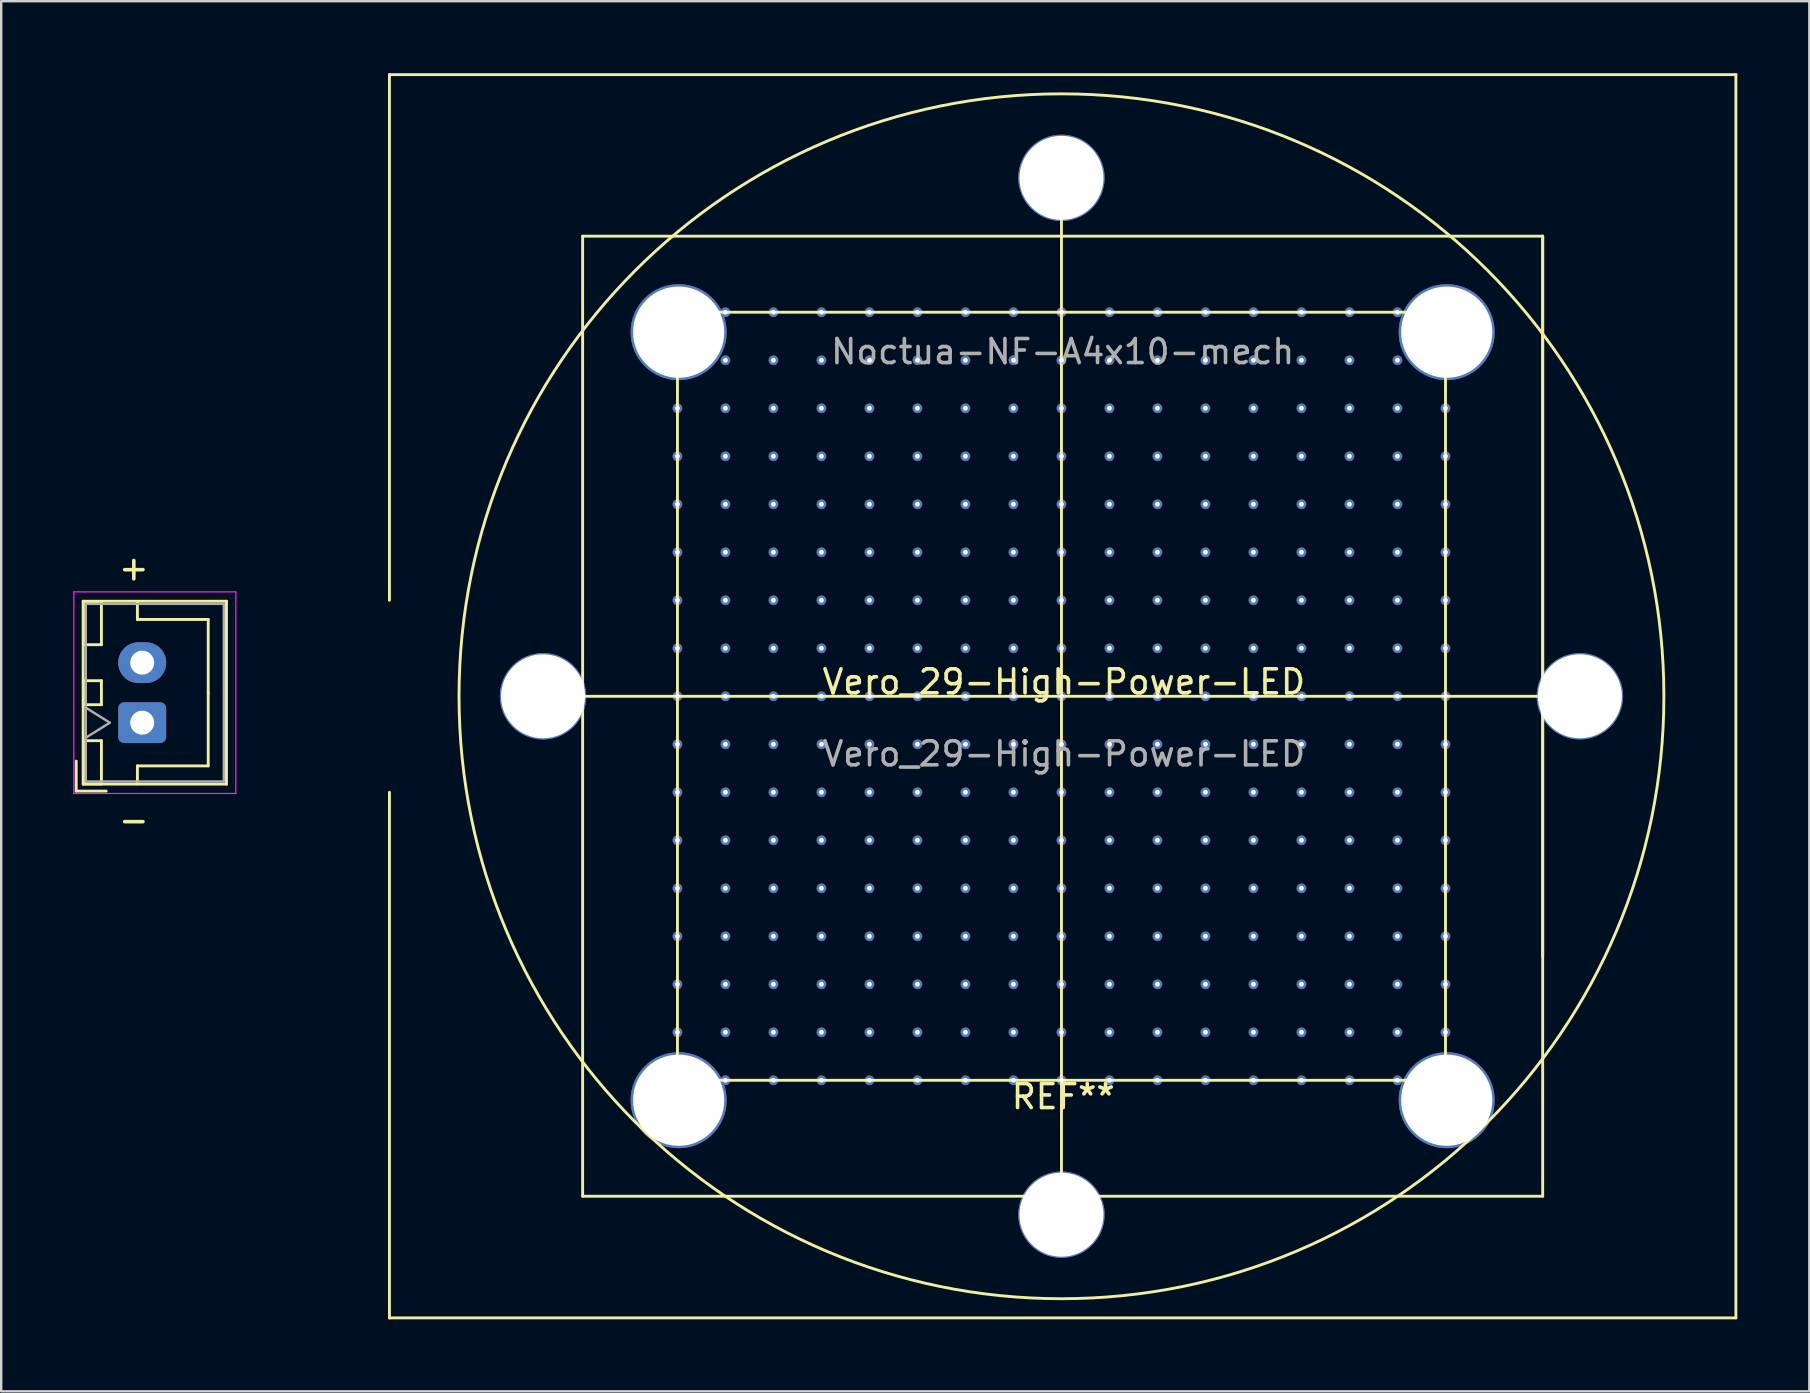
<source format=kicad_pcb>
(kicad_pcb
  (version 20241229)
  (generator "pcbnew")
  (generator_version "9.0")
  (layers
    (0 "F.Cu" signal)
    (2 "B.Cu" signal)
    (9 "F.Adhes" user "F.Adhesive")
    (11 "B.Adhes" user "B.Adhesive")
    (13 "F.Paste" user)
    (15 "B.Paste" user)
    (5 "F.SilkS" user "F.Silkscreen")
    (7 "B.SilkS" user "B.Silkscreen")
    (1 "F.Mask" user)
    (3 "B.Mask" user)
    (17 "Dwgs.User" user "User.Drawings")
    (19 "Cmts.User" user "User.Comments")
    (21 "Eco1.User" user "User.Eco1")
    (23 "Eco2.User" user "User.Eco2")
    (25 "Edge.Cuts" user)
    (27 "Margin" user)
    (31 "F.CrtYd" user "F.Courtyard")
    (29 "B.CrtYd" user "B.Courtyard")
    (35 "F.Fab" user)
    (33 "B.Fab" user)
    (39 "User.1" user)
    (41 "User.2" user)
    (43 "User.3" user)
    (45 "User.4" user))
  (footprint "Vero_29-High-Power-LED"
    (layer "F.Cu")
    (at 41.275 25.86)
    (property "Reference" "Vero_29-High-Power-LED" (at 0 -0.5 0) (unlocked yes) (layer "F.SilkS") (effects (font (size 1 1) (thickness 0.15))))
    (attr smd)
    (fp_line (start -41.15 2.8) (end -41.15 4.05) (stroke (width 0.12) (type solid)) (layer "F.SilkS"))
    (fp_line (start -41.15 4.05) (end -39.9 4.05) (stroke (width 0.12) (type solid)) (layer "F.SilkS"))
    (fp_line (start -40.86 -3.86) (end -40.86 3.76) (stroke (width 0.12) (type solid)) (layer "F.SilkS"))
    (fp_line (start -40.86 3.76) (end -34.89 3.76) (stroke (width 0.12) (type solid)) (layer "F.SilkS"))
    (fp_line (start -40.85 -3.85) (end -40.85 -2.05) (stroke (width 0.12) (type solid)) (layer "F.SilkS"))
    (fp_line (start -40.85 -2.05) (end -40.1 -2.05) (stroke (width 0.12) (type solid)) (layer "F.SilkS"))
    (fp_line (start -40.85 -0.55) (end -40.85 0.45) (stroke (width 0.12) (type solid)) (layer "F.SilkS"))
    (fp_line (start -40.85 0.45) (end -40.1 0.45) (stroke (width 0.12) (type solid)) (layer "F.SilkS"))
    (fp_line (start -40.85 1.95) (end -40.85 3.75) (stroke (width 0.12) (type solid)) (layer "F.SilkS"))
    (fp_line (start -40.85 3.75) (end -40.1 3.75) (stroke (width 0.12) (type solid)) (layer "F.SilkS"))
    (fp_line (start -40.1 -3.85) (end -40.85 -3.85) (stroke (width 0.12) (type solid)) (layer "F.SilkS"))
    (fp_line (start -40.1 -2.05) (end -40.1 -3.85) (stroke (width 0.12) (type solid)) (layer "F.SilkS"))
    (fp_line (start -40.1 -0.55) (end -40.85 -0.55) (stroke (width 0.12) (type solid)) (layer "F.SilkS"))
    (fp_line (start -40.1 0.45) (end -40.1 -0.55) (stroke (width 0.12) (type solid)) (layer "F.SilkS"))
    (fp_line (start -40.1 1.95) (end -40.85 1.95) (stroke (width 0.12) (type solid)) (layer "F.SilkS"))
    (fp_line (start -40.1 3.75) (end -40.1 1.95) (stroke (width 0.12) (type solid)) (layer "F.SilkS"))
    (fp_line (start -38.6 -3.85) (end -38.6 -3.1) (stroke (width 0.12) (type solid)) (layer "F.SilkS"))
    (fp_line (start -38.6 -3.1) (end -35.65 -3.1) (stroke (width 0.12) (type solid)) (layer "F.SilkS"))
    (fp_line (start -38.6 3) (end -35.65 3) (stroke (width 0.12) (type solid)) (layer "F.SilkS"))
    (fp_line (start -38.6 3.75) (end -38.6 3) (stroke (width 0.12) (type solid)) (layer "F.SilkS"))
    (fp_line (start -35.65 -3.1) (end -35.65 -0.05) (stroke (width 0.12) (type solid)) (layer "F.SilkS"))
    (fp_line (start -35.65 3) (end -35.65 -0.05) (stroke (width 0.12) (type solid)) (layer "F.SilkS"))
    (fp_line (start -34.89 -3.86) (end -40.86 -3.86) (stroke (width 0.12) (type solid)) (layer "F.SilkS"))
    (fp_line (start -34.89 3.76) (end -34.89 -3.86) (stroke (width 0.12) (type solid)) (layer "F.SilkS"))
    (fp_line (start -28.1 -25.8) (end 28 -25.8) (stroke (width 0.12) (type solid)) (layer "F.SilkS"))
    (fp_line (start -28.1 -3.9) (end -28.1 -25.8) (stroke (width 0.12) (type solid)) (layer "F.SilkS"))
    (fp_line (start -28.1 26) (end -28.1 4.1) (stroke (width 0.12) (type solid)) (layer "F.SilkS"))
    (fp_line (start -21.6 0.1) (end 21.4 0.1) (stroke (width 0.12) (type solid)) (layer "F.SilkS"))
    (fp_line (start -20.05 -19.07) (end -20.05 20.93) (stroke (width 0.12) (type solid)) (layer "F.SilkS"))
    (fp_line (start -20.05 -19.07) (end 19.95 -19.07) (stroke (width 0.12) (type solid)) (layer "F.SilkS"))
    (fp_line (start -20.05 20.93) (end 19.95 20.93) (stroke (width 0.12) (type solid)) (layer "F.SilkS"))
    (fp_line (start -16.1 -15.9) (end -16.1 16.1) (stroke (width 0.12) (type solid)) (layer "F.SilkS"))
    (fp_line (start -16.1 -15.9) (end 15.9 -15.9) (stroke (width 0.12) (type solid)) (layer "F.SilkS"))
    (fp_line (start -16.1 16.1) (end 15.9 16.1) (stroke (width 0.12) (type solid)) (layer "F.SilkS"))
    (fp_line (start -0.1 21.6) (end -0.1 -21.4) (stroke (width 0.12) (type solid)) (layer "F.SilkS"))
    (fp_line (start 15.9 16.1) (end 15.9 -15.9) (stroke (width 0.12) (type solid)) (layer "F.SilkS"))
    (fp_line (start 19.95 -19.07) (end 19.95 20.93) (stroke (width 0.12) (type solid)) (layer "F.SilkS"))
    (fp_line (start 19.95 10.93) (end 19.95 -19.07) (stroke (width 0.12) (type solid)) (layer "F.SilkS"))
    (fp_line (start 28 -25.8) (end 28 26) (stroke (width 0.12) (type solid)) (layer "F.SilkS"))
    (fp_line (start 28 26) (end -28.1 26) (stroke (width 0.12) (type solid)) (layer "F.SilkS"))
    (fp_circle (center -0.1 0.1) (end 25 0.1) (stroke (width 0.12) (type solid)) (fill no) (layer "F.SilkS"))
    (fp_line (start -41.25 -4.25) (end -41.25 4.15) (stroke (width 0.05) (type solid)) (layer "F.CrtYd"))
    (fp_line (start -41.25 4.15) (end -34.5 4.15) (stroke (width 0.05) (type solid)) (layer "F.CrtYd"))
    (fp_line (start -34.5 -4.25) (end -41.25 -4.25) (stroke (width 0.05) (type solid)) (layer "F.CrtYd"))
    (fp_line (start -34.5 4.15) (end -34.5 -4.25) (stroke (width 0.05) (type solid)) (layer "F.CrtYd"))
    (fp_line (start -40.75 -3.75) (end -40.75 3.65) (stroke (width 0.1) (type solid)) (layer "F.Fab"))
    (fp_line (start -40.75 1.825) (end -39.75 1.2) (stroke (width 0.1) (type solid)) (layer "F.Fab"))
    (fp_line (start -40.75 3.65) (end -35 3.65) (stroke (width 0.1) (type solid)) (layer "F.Fab"))
    (fp_line (start -39.75 1.2) (end -40.75 0.575) (stroke (width 0.1) (type solid)) (layer "F.Fab"))
    (fp_line (start -35 -3.75) (end -40.75 -3.75) (stroke (width 0.1) (type solid)) (layer "F.Fab"))
    (fp_line (start -35 3.65) (end -35 -3.75) (stroke (width 0.1) (type solid)) (layer "F.Fab"))
    (fp_text user "-" (at -38.75 5.25 0) (unlocked yes) (layer "F.SilkS") (effects (font (size 1 1) (thickness 0.15))))
    (fp_text user "+" (at -38.75 -5.25 0) (unlocked yes) (layer "F.SilkS") (effects (font (size 1 1) (thickness 0.15))))
    (fp_text user "REF**" (at -0.025 16.78 0) (layer "F.SilkS") (effects (font (size 1 1) (thickness 0.15))))
    (fp_text user "Noctua-NF-A4x10-mech" (at -0.05 -14.259 0) (layer "F.Fab") (effects (font (size 1 1) (thickness 0.15))))
    (fp_text user "${REFERENCE}" (at 0 2.5 0) (unlocked yes) (layer "F.Fab") (effects (font (size 1 1) (thickness 0.15))))
    (pad "0" thru_hole circle (at -21.7 0.1) (size 3.6 3.6) (drill 3.5) (layers "*.Cu" "*.Mask"))
    (pad "0" thru_hole circle (at -16.1 -15.9) (size 0.4 0.4) (drill 0.2) (layers "*.Cu" "*.Mask"))
    (pad "0" thru_hole circle (at -16.1 -13.9) (size 0.4 0.4) (drill 0.2) (layers "*.Cu" "*.Mask"))
    (pad "0" thru_hole circle (at -16.1 -11.9) (size 0.4 0.4) (drill 0.2) (layers "*.Cu" "*.Mask"))
    (pad "0" thru_hole circle (at -16.1 -9.9) (size 0.4 0.4) (drill 0.2) (layers "*.Cu" "*.Mask"))
    (pad "0" thru_hole circle (at -16.1 -7.9) (size 0.4 0.4) (drill 0.2) (layers "*.Cu" "*.Mask"))
    (pad "0" thru_hole circle (at -16.1 -5.9) (size 0.4 0.4) (drill 0.2) (layers "*.Cu" "*.Mask"))
    (pad "0" thru_hole circle (at -16.1 -3.9) (size 0.4 0.4) (drill 0.2) (layers "*.Cu" "*.Mask"))
    (pad "0" thru_hole circle (at -16.1 -1.9) (size 0.4 0.4) (drill 0.2) (layers "*.Cu" "*.Mask"))
    (pad "0" thru_hole circle (at -16.1 0.1) (size 0.4 0.4) (drill 0.2) (layers "*.Cu" "*.Mask"))
    (pad "0" thru_hole circle (at -16.1 2.1) (size 0.4 0.4) (drill 0.2) (layers "*.Cu" "*.Mask"))
    (pad "0" thru_hole circle (at -16.1 4.1) (size 0.4 0.4) (drill 0.2) (layers "*.Cu" "*.Mask"))
    (pad "0" thru_hole circle (at -16.1 6.1) (size 0.4 0.4) (drill 0.2) (layers "*.Cu" "*.Mask"))
    (pad "0" thru_hole circle (at -16.1 8.1) (size 0.4 0.4) (drill 0.2) (layers "*.Cu" "*.Mask"))
    (pad "0" thru_hole circle (at -16.1 10.1) (size 0.4 0.4) (drill 0.2) (layers "*.Cu" "*.Mask"))
    (pad "0" thru_hole circle (at -16.1 12.1) (size 0.4 0.4) (drill 0.2) (layers "*.Cu" "*.Mask"))
    (pad "0" thru_hole circle (at -16.1 14.1) (size 0.4 0.4) (drill 0.2) (layers "*.Cu" "*.Mask"))
    (pad "0" thru_hole circle (at -16.1 16.1) (size 0.4 0.4) (drill 0.2) (layers "*.Cu" "*.Mask"))
    (pad "0" thru_hole circle (at -16.05 -15.07) (size 4 4) (drill 3.8) (layers "*.Cu" "*.Mask"))
    (pad "0" thru_hole circle (at -16.05 16.93) (size 4 4) (drill 3.8) (layers "*.Cu" "*.Mask"))
    (pad "0" thru_hole circle (at -14.1 -15.9) (size 0.4 0.4) (drill 0.2) (layers "*.Cu" "*.Mask"))
    (pad "0" thru_hole circle (at -14.1 -13.9) (size 0.4 0.4) (drill 0.2) (layers "*.Cu" "*.Mask"))
    (pad "0" thru_hole circle (at -14.1 -11.9) (size 0.4 0.4) (drill 0.2) (layers "*.Cu" "*.Mask"))
    (pad "0" thru_hole circle (at -14.1 -9.9) (size 0.4 0.4) (drill 0.2) (layers "*.Cu" "*.Mask"))
    (pad "0" thru_hole circle (at -14.1 -7.9) (size 0.4 0.4) (drill 0.2) (layers "*.Cu" "*.Mask"))
    (pad "0" thru_hole circle (at -14.1 -5.9) (size 0.4 0.4) (drill 0.2) (layers "*.Cu" "*.Mask"))
    (pad "0" thru_hole circle (at -14.1 -3.9) (size 0.4 0.4) (drill 0.2) (layers "*.Cu" "*.Mask"))
    (pad "0" thru_hole circle (at -14.1 -1.9) (size 0.4 0.4) (drill 0.2) (layers "*.Cu" "*.Mask"))
    (pad "0" thru_hole circle (at -14.1 0.1) (size 0.4 0.4) (drill 0.2) (layers "*.Cu" "*.Mask"))
    (pad "0" thru_hole circle (at -14.1 2.1) (size 0.4 0.4) (drill 0.2) (layers "*.Cu" "*.Mask"))
    (pad "0" thru_hole circle (at -14.1 4.1) (size 0.4 0.4) (drill 0.2) (layers "*.Cu" "*.Mask"))
    (pad "0" thru_hole circle (at -14.1 6.1) (size 0.4 0.4) (drill 0.2) (layers "*.Cu" "*.Mask"))
    (pad "0" thru_hole circle (at -14.1 8.1) (size 0.4 0.4) (drill 0.2) (layers "*.Cu" "*.Mask"))
    (pad "0" thru_hole circle (at -14.1 10.1) (size 0.4 0.4) (drill 0.2) (layers "*.Cu" "*.Mask"))
    (pad "0" thru_hole circle (at -14.1 12.1) (size 0.4 0.4) (drill 0.2) (layers "*.Cu" "*.Mask"))
    (pad "0" thru_hole circle (at -14.1 14.1) (size 0.4 0.4) (drill 0.2) (layers "*.Cu" "*.Mask"))
    (pad "0" thru_hole circle (at -14.1 16.1) (size 0.4 0.4) (drill 0.2) (layers "*.Cu" "*.Mask"))
    (pad "0" thru_hole circle (at -12.1 -15.9) (size 0.4 0.4) (drill 0.2) (layers "*.Cu" "*.Mask"))
    (pad "0" thru_hole circle (at -12.1 -13.9) (size 0.4 0.4) (drill 0.2) (layers "*.Cu" "*.Mask"))
    (pad "0" thru_hole circle (at -12.1 -11.9) (size 0.4 0.4) (drill 0.2) (layers "*.Cu" "*.Mask"))
    (pad "0" thru_hole circle (at -12.1 -9.9) (size 0.4 0.4) (drill 0.2) (layers "*.Cu" "*.Mask"))
    (pad "0" thru_hole circle (at -12.1 -7.9) (size 0.4 0.4) (drill 0.2) (layers "*.Cu" "*.Mask"))
    (pad "0" thru_hole circle (at -12.1 -5.9) (size 0.4 0.4) (drill 0.2) (layers "*.Cu" "*.Mask"))
    (pad "0" thru_hole circle (at -12.1 -3.9) (size 0.4 0.4) (drill 0.2) (layers "*.Cu" "*.Mask"))
    (pad "0" thru_hole circle (at -12.1 -1.9) (size 0.4 0.4) (drill 0.2) (layers "*.Cu" "*.Mask"))
    (pad "0" thru_hole circle (at -12.1 0.1) (size 0.4 0.4) (drill 0.2) (layers "*.Cu" "*.Mask"))
    (pad "0" thru_hole circle (at -12.1 2.1) (size 0.4 0.4) (drill 0.2) (layers "*.Cu" "*.Mask"))
    (pad "0" thru_hole circle (at -12.1 4.1) (size 0.4 0.4) (drill 0.2) (layers "*.Cu" "*.Mask"))
    (pad "0" thru_hole circle (at -12.1 6.1) (size 0.4 0.4) (drill 0.2) (layers "*.Cu" "*.Mask"))
    (pad "0" thru_hole circle (at -12.1 8.1) (size 0.4 0.4) (drill 0.2) (layers "*.Cu" "*.Mask"))
    (pad "0" thru_hole circle (at -12.1 10.1) (size 0.4 0.4) (drill 0.2) (layers "*.Cu" "*.Mask"))
    (pad "0" thru_hole circle (at -12.1 12.1) (size 0.4 0.4) (drill 0.2) (layers "*.Cu" "*.Mask"))
    (pad "0" thru_hole circle (at -12.1 14.1) (size 0.4 0.4) (drill 0.2) (layers "*.Cu" "*.Mask"))
    (pad "0" thru_hole circle (at -12.1 16.1) (size 0.4 0.4) (drill 0.2) (layers "*.Cu" "*.Mask"))
    (pad "0" thru_hole circle (at -10.1 -15.9) (size 0.4 0.4) (drill 0.2) (layers "*.Cu" "*.Mask"))
    (pad "0" thru_hole circle (at -10.1 -13.9) (size 0.4 0.4) (drill 0.2) (layers "*.Cu" "*.Mask"))
    (pad "0" thru_hole circle (at -10.1 -11.9) (size 0.4 0.4) (drill 0.2) (layers "*.Cu" "*.Mask"))
    (pad "0" thru_hole circle (at -10.1 -9.9) (size 0.4 0.4) (drill 0.2) (layers "*.Cu" "*.Mask"))
    (pad "0" thru_hole circle (at -10.1 -7.9) (size 0.4 0.4) (drill 0.2) (layers "*.Cu" "*.Mask"))
    (pad "0" thru_hole circle (at -10.1 -5.9) (size 0.4 0.4) (drill 0.2) (layers "*.Cu" "*.Mask"))
    (pad "0" thru_hole circle (at -10.1 -3.9) (size 0.4 0.4) (drill 0.2) (layers "*.Cu" "*.Mask"))
    (pad "0" thru_hole circle (at -10.1 -1.9) (size 0.4 0.4) (drill 0.2) (layers "*.Cu" "*.Mask"))
    (pad "0" thru_hole circle (at -10.1 0.1) (size 0.4 0.4) (drill 0.2) (layers "*.Cu" "*.Mask"))
    (pad "0" thru_hole circle (at -10.1 2.1) (size 0.4 0.4) (drill 0.2) (layers "*.Cu" "*.Mask"))
    (pad "0" thru_hole circle (at -10.1 4.1) (size 0.4 0.4) (drill 0.2) (layers "*.Cu" "*.Mask"))
    (pad "0" thru_hole circle (at -10.1 6.1) (size 0.4 0.4) (drill 0.2) (layers "*.Cu" "*.Mask"))
    (pad "0" thru_hole circle (at -10.1 8.1) (size 0.4 0.4) (drill 0.2) (layers "*.Cu" "*.Mask"))
    (pad "0" thru_hole circle (at -10.1 10.1) (size 0.4 0.4) (drill 0.2) (layers "*.Cu" "*.Mask"))
    (pad "0" thru_hole circle (at -10.1 12.1) (size 0.4 0.4) (drill 0.2) (layers "*.Cu" "*.Mask"))
    (pad "0" thru_hole circle (at -10.1 14.1) (size 0.4 0.4) (drill 0.2) (layers "*.Cu" "*.Mask"))
    (pad "0" thru_hole circle (at -10.1 16.1) (size 0.4 0.4) (drill 0.2) (layers "*.Cu" "*.Mask"))
    (pad "0" thru_hole circle (at -8.1 -15.9) (size 0.4 0.4) (drill 0.2) (layers "*.Cu" "*.Mask"))
    (pad "0" thru_hole circle (at -8.1 -13.9) (size 0.4 0.4) (drill 0.2) (layers "*.Cu" "*.Mask"))
    (pad "0" thru_hole circle (at -8.1 -11.9) (size 0.4 0.4) (drill 0.2) (layers "*.Cu" "*.Mask"))
    (pad "0" thru_hole circle (at -8.1 -9.9) (size 0.4 0.4) (drill 0.2) (layers "*.Cu" "*.Mask"))
    (pad "0" thru_hole circle (at -8.1 -7.9) (size 0.4 0.4) (drill 0.2) (layers "*.Cu" "*.Mask"))
    (pad "0" thru_hole circle (at -8.1 -5.9) (size 0.4 0.4) (drill 0.2) (layers "*.Cu" "*.Mask"))
    (pad "0" thru_hole circle (at -8.1 -3.9) (size 0.4 0.4) (drill 0.2) (layers "*.Cu" "*.Mask"))
    (pad "0" thru_hole circle (at -8.1 -1.9) (size 0.4 0.4) (drill 0.2) (layers "*.Cu" "*.Mask"))
    (pad "0" thru_hole circle (at -8.1 0.1) (size 0.4 0.4) (drill 0.2) (layers "*.Cu" "*.Mask"))
    (pad "0" thru_hole circle (at -8.1 2.1) (size 0.4 0.4) (drill 0.2) (layers "*.Cu" "*.Mask"))
    (pad "0" thru_hole circle (at -8.1 4.1) (size 0.4 0.4) (drill 0.2) (layers "*.Cu" "*.Mask"))
    (pad "0" thru_hole circle (at -8.1 6.1) (size 0.4 0.4) (drill 0.2) (layers "*.Cu" "*.Mask"))
    (pad "0" thru_hole circle (at -8.1 8.1) (size 0.4 0.4) (drill 0.2) (layers "*.Cu" "*.Mask"))
    (pad "0" thru_hole circle (at -8.1 10.1) (size 0.4 0.4) (drill 0.2) (layers "*.Cu" "*.Mask"))
    (pad "0" thru_hole circle (at -8.1 12.1) (size 0.4 0.4) (drill 0.2) (layers "*.Cu" "*.Mask"))
    (pad "0" thru_hole circle (at -8.1 14.1) (size 0.4 0.4) (drill 0.2) (layers "*.Cu" "*.Mask"))
    (pad "0" thru_hole circle (at -8.1 16.1) (size 0.4 0.4) (drill 0.2) (layers "*.Cu" "*.Mask"))
    (pad "0" thru_hole circle (at -6.1 -15.9) (size 0.4 0.4) (drill 0.2) (layers "*.Cu" "*.Mask"))
    (pad "0" thru_hole circle (at -6.1 -13.9) (size 0.4 0.4) (drill 0.2) (layers "*.Cu" "*.Mask"))
    (pad "0" thru_hole circle (at -6.1 -11.9) (size 0.4 0.4) (drill 0.2) (layers "*.Cu" "*.Mask"))
    (pad "0" thru_hole circle (at -6.1 -9.9) (size 0.4 0.4) (drill 0.2) (layers "*.Cu" "*.Mask"))
    (pad "0" thru_hole circle (at -6.1 -7.9) (size 0.4 0.4) (drill 0.2) (layers "*.Cu" "*.Mask"))
    (pad "0" thru_hole circle (at -6.1 -5.9) (size 0.4 0.4) (drill 0.2) (layers "*.Cu" "*.Mask"))
    (pad "0" thru_hole circle (at -6.1 -3.9) (size 0.4 0.4) (drill 0.2) (layers "*.Cu" "*.Mask"))
    (pad "0" thru_hole circle (at -6.1 -1.9) (size 0.4 0.4) (drill 0.2) (layers "*.Cu" "*.Mask"))
    (pad "0" thru_hole circle (at -6.1 0.1) (size 0.4 0.4) (drill 0.2) (layers "*.Cu" "*.Mask"))
    (pad "0" thru_hole circle (at -6.1 2.1) (size 0.4 0.4) (drill 0.2) (layers "*.Cu" "*.Mask"))
    (pad "0" thru_hole circle (at -6.1 4.1) (size 0.4 0.4) (drill 0.2) (layers "*.Cu" "*.Mask"))
    (pad "0" thru_hole circle (at -6.1 6.1) (size 0.4 0.4) (drill 0.2) (layers "*.Cu" "*.Mask"))
    (pad "0" thru_hole circle (at -6.1 8.1) (size 0.4 0.4) (drill 0.2) (layers "*.Cu" "*.Mask"))
    (pad "0" thru_hole circle (at -6.1 10.1) (size 0.4 0.4) (drill 0.2) (layers "*.Cu" "*.Mask"))
    (pad "0" thru_hole circle (at -6.1 12.1) (size 0.4 0.4) (drill 0.2) (layers "*.Cu" "*.Mask"))
    (pad "0" thru_hole circle (at -6.1 14.1) (size 0.4 0.4) (drill 0.2) (layers "*.Cu" "*.Mask"))
    (pad "0" thru_hole circle (at -6.1 16.1) (size 0.4 0.4) (drill 0.2) (layers "*.Cu" "*.Mask"))
    (pad "0" thru_hole circle (at -4.1 -15.9) (size 0.4 0.4) (drill 0.2) (layers "*.Cu" "*.Mask"))
    (pad "0" thru_hole circle (at -4.1 -13.9) (size 0.4 0.4) (drill 0.2) (layers "*.Cu" "*.Mask"))
    (pad "0" thru_hole circle (at -4.1 -11.9) (size 0.4 0.4) (drill 0.2) (layers "*.Cu" "*.Mask"))
    (pad "0" thru_hole circle (at -4.1 -9.9) (size 0.4 0.4) (drill 0.2) (layers "*.Cu" "*.Mask"))
    (pad "0" thru_hole circle (at -4.1 -7.9) (size 0.4 0.4) (drill 0.2) (layers "*.Cu" "*.Mask"))
    (pad "0" thru_hole circle (at -4.1 -5.9) (size 0.4 0.4) (drill 0.2) (layers "*.Cu" "*.Mask"))
    (pad "0" thru_hole circle (at -4.1 -3.9) (size 0.4 0.4) (drill 0.2) (layers "*.Cu" "*.Mask"))
    (pad "0" thru_hole circle (at -4.1 -1.9) (size 0.4 0.4) (drill 0.2) (layers "*.Cu" "*.Mask"))
    (pad "0" thru_hole circle (at -4.1 0.1) (size 0.4 0.4) (drill 0.2) (layers "*.Cu" "*.Mask"))
    (pad "0" thru_hole circle (at -4.1 2.1) (size 0.4 0.4) (drill 0.2) (layers "*.Cu" "*.Mask"))
    (pad "0" thru_hole circle (at -4.1 4.1) (size 0.4 0.4) (drill 0.2) (layers "*.Cu" "*.Mask"))
    (pad "0" thru_hole circle (at -4.1 6.1) (size 0.4 0.4) (drill 0.2) (layers "*.Cu" "*.Mask"))
    (pad "0" thru_hole circle (at -4.1 8.1) (size 0.4 0.4) (drill 0.2) (layers "*.Cu" "*.Mask"))
    (pad "0" thru_hole circle (at -4.1 10.1) (size 0.4 0.4) (drill 0.2) (layers "*.Cu" "*.Mask"))
    (pad "0" thru_hole circle (at -4.1 12.1) (size 0.4 0.4) (drill 0.2) (layers "*.Cu" "*.Mask"))
    (pad "0" thru_hole circle (at -4.1 14.1) (size 0.4 0.4) (drill 0.2) (layers "*.Cu" "*.Mask"))
    (pad "0" thru_hole circle (at -4.1 16.1) (size 0.4 0.4) (drill 0.2) (layers "*.Cu" "*.Mask"))
    (pad "0" thru_hole circle (at -2.1 -15.9) (size 0.4 0.4) (drill 0.2) (layers "*.Cu" "*.Mask"))
    (pad "0" thru_hole circle (at -2.1 -13.9) (size 0.4 0.4) (drill 0.2) (layers "*.Cu" "*.Mask"))
    (pad "0" thru_hole circle (at -2.1 -11.9) (size 0.4 0.4) (drill 0.2) (layers "*.Cu" "*.Mask"))
    (pad "0" thru_hole circle (at -2.1 -9.9) (size 0.4 0.4) (drill 0.2) (layers "*.Cu" "*.Mask"))
    (pad "0" thru_hole circle (at -2.1 -7.9) (size 0.4 0.4) (drill 0.2) (layers "*.Cu" "*.Mask"))
    (pad "0" thru_hole circle (at -2.1 -5.9) (size 0.4 0.4) (drill 0.2) (layers "*.Cu" "*.Mask"))
    (pad "0" thru_hole circle (at -2.1 -3.9) (size 0.4 0.4) (drill 0.2) (layers "*.Cu" "*.Mask"))
    (pad "0" thru_hole circle (at -2.1 -1.9) (size 0.4 0.4) (drill 0.2) (layers "*.Cu" "*.Mask"))
    (pad "0" thru_hole circle (at -2.1 0.1) (size 0.4 0.4) (drill 0.2) (layers "*.Cu" "*.Mask"))
    (pad "0" thru_hole circle (at -2.1 2.1) (size 0.4 0.4) (drill 0.2) (layers "*.Cu" "*.Mask"))
    (pad "0" thru_hole circle (at -2.1 4.1) (size 0.4 0.4) (drill 0.2) (layers "*.Cu" "*.Mask"))
    (pad "0" thru_hole circle (at -2.1 6.1) (size 0.4 0.4) (drill 0.2) (layers "*.Cu" "*.Mask"))
    (pad "0" thru_hole circle (at -2.1 8.1) (size 0.4 0.4) (drill 0.2) (layers "*.Cu" "*.Mask"))
    (pad "0" thru_hole circle (at -2.1 10.1) (size 0.4 0.4) (drill 0.2) (layers "*.Cu" "*.Mask"))
    (pad "0" thru_hole circle (at -2.1 12.1) (size 0.4 0.4) (drill 0.2) (layers "*.Cu" "*.Mask"))
    (pad "0" thru_hole circle (at -2.1 14.1) (size 0.4 0.4) (drill 0.2) (layers "*.Cu" "*.Mask"))
    (pad "0" thru_hole circle (at -2.1 16.1) (size 0.4 0.4) (drill 0.2) (layers "*.Cu" "*.Mask"))
    (pad "0" thru_hole circle (at -0.1 -21.5) (size 3.6 3.6) (drill 3.5) (layers "*.Cu" "*.Mask"))
    (pad "0" thru_hole circle (at -0.1 -15.9) (size 0.4 0.4) (drill 0.2) (layers "*.Cu" "*.Mask"))
    (pad "0" thru_hole circle (at -0.1 -13.9) (size 0.4 0.4) (drill 0.2) (layers "*.Cu" "*.Mask"))
    (pad "0" thru_hole circle (at -0.1 -11.9) (size 0.4 0.4) (drill 0.2) (layers "*.Cu" "*.Mask"))
    (pad "0" thru_hole circle (at -0.1 -9.9) (size 0.4 0.4) (drill 0.2) (layers "*.Cu" "*.Mask"))
    (pad "0" thru_hole circle (at -0.1 -7.9) (size 0.4 0.4) (drill 0.2) (layers "*.Cu" "*.Mask"))
    (pad "0" thru_hole circle (at -0.1 -5.9) (size 0.4 0.4) (drill 0.2) (layers "*.Cu" "*.Mask"))
    (pad "0" thru_hole circle (at -0.1 -3.9) (size 0.4 0.4) (drill 0.2) (layers "*.Cu" "*.Mask"))
    (pad "0" thru_hole circle (at -0.1 -1.9) (size 0.4 0.4) (drill 0.2) (layers "*.Cu" "*.Mask"))
    (pad "0" thru_hole circle (at -0.1 0.1) (size 0.4 0.4) (drill 0.2) (layers "*.Cu" "*.Mask"))
    (pad "0" thru_hole circle (at -0.1 2.1) (size 0.4 0.4) (drill 0.2) (layers "*.Cu" "*.Mask"))
    (pad "0" thru_hole circle (at -0.1 4.1) (size 0.4 0.4) (drill 0.2) (layers "*.Cu" "*.Mask"))
    (pad "0" thru_hole circle (at -0.1 6.1) (size 0.4 0.4) (drill 0.2) (layers "*.Cu" "*.Mask"))
    (pad "0" thru_hole circle (at -0.1 8.1) (size 0.4 0.4) (drill 0.2) (layers "*.Cu" "*.Mask"))
    (pad "0" thru_hole circle (at -0.1 10.1) (size 0.4 0.4) (drill 0.2) (layers "*.Cu" "*.Mask"))
    (pad "0" thru_hole circle (at -0.1 12.1) (size 0.4 0.4) (drill 0.2) (layers "*.Cu" "*.Mask"))
    (pad "0" thru_hole circle (at -0.1 14.1) (size 0.4 0.4) (drill 0.2) (layers "*.Cu" "*.Mask"))
    (pad "0" thru_hole circle (at -0.1 16.1) (size 0.4 0.4) (drill 0.2) (layers "*.Cu" "*.Mask"))
    (pad "0" thru_hole circle (at -0.1 21.7) (size 3.6 3.6) (drill 3.5) (layers "*.Cu" "*.Mask"))
    (pad "0" thru_hole circle (at 1.9 -15.9) (size 0.4 0.4) (drill 0.2) (layers "*.Cu" "*.Mask"))
    (pad "0" thru_hole circle (at 1.9 -13.9) (size 0.4 0.4) (drill 0.2) (layers "*.Cu" "*.Mask"))
    (pad "0" thru_hole circle (at 1.9 -11.9) (size 0.4 0.4) (drill 0.2) (layers "*.Cu" "*.Mask"))
    (pad "0" thru_hole circle (at 1.9 -9.9) (size 0.4 0.4) (drill 0.2) (layers "*.Cu" "*.Mask"))
    (pad "0" thru_hole circle (at 1.9 -7.9) (size 0.4 0.4) (drill 0.2) (layers "*.Cu" "*.Mask"))
    (pad "0" thru_hole circle (at 1.9 -5.9) (size 0.4 0.4) (drill 0.2) (layers "*.Cu" "*.Mask"))
    (pad "0" thru_hole circle (at 1.9 -3.9) (size 0.4 0.4) (drill 0.2) (layers "*.Cu" "*.Mask"))
    (pad "0" thru_hole circle (at 1.9 -1.9) (size 0.4 0.4) (drill 0.2) (layers "*.Cu" "*.Mask"))
    (pad "0" thru_hole circle (at 1.9 0.1) (size 0.4 0.4) (drill 0.2) (layers "*.Cu" "*.Mask"))
    (pad "0" thru_hole circle (at 1.9 2.1) (size 0.4 0.4) (drill 0.2) (layers "*.Cu" "*.Mask"))
    (pad "0" thru_hole circle (at 1.9 4.1) (size 0.4 0.4) (drill 0.2) (layers "*.Cu" "*.Mask"))
    (pad "0" thru_hole circle (at 1.9 6.1) (size 0.4 0.4) (drill 0.2) (layers "*.Cu" "*.Mask"))
    (pad "0" thru_hole circle (at 1.9 8.1) (size 0.4 0.4) (drill 0.2) (layers "*.Cu" "*.Mask"))
    (pad "0" thru_hole circle (at 1.9 10.1) (size 0.4 0.4) (drill 0.2) (layers "*.Cu" "*.Mask"))
    (pad "0" thru_hole circle (at 1.9 12.1) (size 0.4 0.4) (drill 0.2) (layers "*.Cu" "*.Mask"))
    (pad "0" thru_hole circle (at 1.9 14.1) (size 0.4 0.4) (drill 0.2) (layers "*.Cu" "*.Mask"))
    (pad "0" thru_hole circle (at 1.9 16.1) (size 0.4 0.4) (drill 0.2) (layers "*.Cu" "*.Mask"))
    (pad "0" thru_hole circle (at 3.9 -15.9) (size 0.4 0.4) (drill 0.2) (layers "*.Cu" "*.Mask"))
    (pad "0" thru_hole circle (at 3.9 -13.9) (size 0.4 0.4) (drill 0.2) (layers "*.Cu" "*.Mask"))
    (pad "0" thru_hole circle (at 3.9 -11.9) (size 0.4 0.4) (drill 0.2) (layers "*.Cu" "*.Mask"))
    (pad "0" thru_hole circle (at 3.9 -9.9) (size 0.4 0.4) (drill 0.2) (layers "*.Cu" "*.Mask"))
    (pad "0" thru_hole circle (at 3.9 -7.9) (size 0.4 0.4) (drill 0.2) (layers "*.Cu" "*.Mask"))
    (pad "0" thru_hole circle (at 3.9 -5.9) (size 0.4 0.4) (drill 0.2) (layers "*.Cu" "*.Mask"))
    (pad "0" thru_hole circle (at 3.9 -3.9) (size 0.4 0.4) (drill 0.2) (layers "*.Cu" "*.Mask"))
    (pad "0" thru_hole circle (at 3.9 -1.9) (size 0.4 0.4) (drill 0.2) (layers "*.Cu" "*.Mask"))
    (pad "0" thru_hole circle (at 3.9 0.1) (size 0.4 0.4) (drill 0.2) (layers "*.Cu" "*.Mask"))
    (pad "0" thru_hole circle (at 3.9 2.1) (size 0.4 0.4) (drill 0.2) (layers "*.Cu" "*.Mask"))
    (pad "0" thru_hole circle (at 3.9 4.1) (size 0.4 0.4) (drill 0.2) (layers "*.Cu" "*.Mask"))
    (pad "0" thru_hole circle (at 3.9 6.1) (size 0.4 0.4) (drill 0.2) (layers "*.Cu" "*.Mask"))
    (pad "0" thru_hole circle (at 3.9 8.1) (size 0.4 0.4) (drill 0.2) (layers "*.Cu" "*.Mask"))
    (pad "0" thru_hole circle (at 3.9 10.1) (size 0.4 0.4) (drill 0.2) (layers "*.Cu" "*.Mask"))
    (pad "0" thru_hole circle (at 3.9 12.1) (size 0.4 0.4) (drill 0.2) (layers "*.Cu" "*.Mask"))
    (pad "0" thru_hole circle (at 3.9 14.1) (size 0.4 0.4) (drill 0.2) (layers "*.Cu" "*.Mask"))
    (pad "0" thru_hole circle (at 3.9 16.1) (size 0.4 0.4) (drill 0.2) (layers "*.Cu" "*.Mask"))
    (pad "0" thru_hole circle (at 5.9 -15.9) (size 0.4 0.4) (drill 0.2) (layers "*.Cu" "*.Mask"))
    (pad "0" thru_hole circle (at 5.9 -13.9) (size 0.4 0.4) (drill 0.2) (layers "*.Cu" "*.Mask"))
    (pad "0" thru_hole circle (at 5.9 -11.9) (size 0.4 0.4) (drill 0.2) (layers "*.Cu" "*.Mask"))
    (pad "0" thru_hole circle (at 5.9 -9.9) (size 0.4 0.4) (drill 0.2) (layers "*.Cu" "*.Mask"))
    (pad "0" thru_hole circle (at 5.9 -7.9) (size 0.4 0.4) (drill 0.2) (layers "*.Cu" "*.Mask"))
    (pad "0" thru_hole circle (at 5.9 -5.9) (size 0.4 0.4) (drill 0.2) (layers "*.Cu" "*.Mask"))
    (pad "0" thru_hole circle (at 5.9 -3.9) (size 0.4 0.4) (drill 0.2) (layers "*.Cu" "*.Mask"))
    (pad "0" thru_hole circle (at 5.9 -1.9) (size 0.4 0.4) (drill 0.2) (layers "*.Cu" "*.Mask"))
    (pad "0" thru_hole circle (at 5.9 0.1) (size 0.4 0.4) (drill 0.2) (layers "*.Cu" "*.Mask"))
    (pad "0" thru_hole circle (at 5.9 2.1) (size 0.4 0.4) (drill 0.2) (layers "*.Cu" "*.Mask"))
    (pad "0" thru_hole circle (at 5.9 4.1) (size 0.4 0.4) (drill 0.2) (layers "*.Cu" "*.Mask"))
    (pad "0" thru_hole circle (at 5.9 6.1) (size 0.4 0.4) (drill 0.2) (layers "*.Cu" "*.Mask"))
    (pad "0" thru_hole circle (at 5.9 8.1) (size 0.4 0.4) (drill 0.2) (layers "*.Cu" "*.Mask"))
    (pad "0" thru_hole circle (at 5.9 10.1) (size 0.4 0.4) (drill 0.2) (layers "*.Cu" "*.Mask"))
    (pad "0" thru_hole circle (at 5.9 12.1) (size 0.4 0.4) (drill 0.2) (layers "*.Cu" "*.Mask"))
    (pad "0" thru_hole circle (at 5.9 14.1) (size 0.4 0.4) (drill 0.2) (layers "*.Cu" "*.Mask"))
    (pad "0" thru_hole circle (at 5.9 16.1) (size 0.4 0.4) (drill 0.2) (layers "*.Cu" "*.Mask"))
    (pad "0" thru_hole circle (at 7.9 -15.9) (size 0.4 0.4) (drill 0.2) (layers "*.Cu" "*.Mask"))
    (pad "0" thru_hole circle (at 7.9 -13.9) (size 0.4 0.4) (drill 0.2) (layers "*.Cu" "*.Mask"))
    (pad "0" thru_hole circle (at 7.9 -11.9) (size 0.4 0.4) (drill 0.2) (layers "*.Cu" "*.Mask"))
    (pad "0" thru_hole circle (at 7.9 -9.9) (size 0.4 0.4) (drill 0.2) (layers "*.Cu" "*.Mask"))
    (pad "0" thru_hole circle (at 7.9 -7.9) (size 0.4 0.4) (drill 0.2) (layers "*.Cu" "*.Mask"))
    (pad "0" thru_hole circle (at 7.9 -5.9) (size 0.4 0.4) (drill 0.2) (layers "*.Cu" "*.Mask"))
    (pad "0" thru_hole circle (at 7.9 -3.9) (size 0.4 0.4) (drill 0.2) (layers "*.Cu" "*.Mask"))
    (pad "0" thru_hole circle (at 7.9 -1.9) (size 0.4 0.4) (drill 0.2) (layers "*.Cu" "*.Mask"))
    (pad "0" thru_hole circle (at 7.9 0.1) (size 0.4 0.4) (drill 0.2) (layers "*.Cu" "*.Mask"))
    (pad "0" thru_hole circle (at 7.9 2.1) (size 0.4 0.4) (drill 0.2) (layers "*.Cu" "*.Mask"))
    (pad "0" thru_hole circle (at 7.9 4.1) (size 0.4 0.4) (drill 0.2) (layers "*.Cu" "*.Mask"))
    (pad "0" thru_hole circle (at 7.9 6.1) (size 0.4 0.4) (drill 0.2) (layers "*.Cu" "*.Mask"))
    (pad "0" thru_hole circle (at 7.9 8.1) (size 0.4 0.4) (drill 0.2) (layers "*.Cu" "*.Mask"))
    (pad "0" thru_hole circle (at 7.9 10.1) (size 0.4 0.4) (drill 0.2) (layers "*.Cu" "*.Mask"))
    (pad "0" thru_hole circle (at 7.9 12.1) (size 0.4 0.4) (drill 0.2) (layers "*.Cu" "*.Mask"))
    (pad "0" thru_hole circle (at 7.9 14.1) (size 0.4 0.4) (drill 0.2) (layers "*.Cu" "*.Mask"))
    (pad "0" thru_hole circle (at 7.9 16.1) (size 0.4 0.4) (drill 0.2) (layers "*.Cu" "*.Mask"))
    (pad "0" thru_hole circle (at 9.9 -15.9) (size 0.4 0.4) (drill 0.2) (layers "*.Cu" "*.Mask"))
    (pad "0" thru_hole circle (at 9.9 -13.9) (size 0.4 0.4) (drill 0.2) (layers "*.Cu" "*.Mask"))
    (pad "0" thru_hole circle (at 9.9 -11.9) (size 0.4 0.4) (drill 0.2) (layers "*.Cu" "*.Mask"))
    (pad "0" thru_hole circle (at 9.9 -9.9) (size 0.4 0.4) (drill 0.2) (layers "*.Cu" "*.Mask"))
    (pad "0" thru_hole circle (at 9.9 -7.9) (size 0.4 0.4) (drill 0.2) (layers "*.Cu" "*.Mask"))
    (pad "0" thru_hole circle (at 9.9 -5.9) (size 0.4 0.4) (drill 0.2) (layers "*.Cu" "*.Mask"))
    (pad "0" thru_hole circle (at 9.9 -3.9) (size 0.4 0.4) (drill 0.2) (layers "*.Cu" "*.Mask"))
    (pad "0" thru_hole circle (at 9.9 -1.9) (size 0.4 0.4) (drill 0.2) (layers "*.Cu" "*.Mask"))
    (pad "0" thru_hole circle (at 9.9 0.1) (size 0.4 0.4) (drill 0.2) (layers "*.Cu" "*.Mask"))
    (pad "0" thru_hole circle (at 9.9 2.1) (size 0.4 0.4) (drill 0.2) (layers "*.Cu" "*.Mask"))
    (pad "0" thru_hole circle (at 9.9 4.1) (size 0.4 0.4) (drill 0.2) (layers "*.Cu" "*.Mask"))
    (pad "0" thru_hole circle (at 9.9 6.1) (size 0.4 0.4) (drill 0.2) (layers "*.Cu" "*.Mask"))
    (pad "0" thru_hole circle (at 9.9 8.1) (size 0.4 0.4) (drill 0.2) (layers "*.Cu" "*.Mask"))
    (pad "0" thru_hole circle (at 9.9 10.1) (size 0.4 0.4) (drill 0.2) (layers "*.Cu" "*.Mask"))
    (pad "0" thru_hole circle (at 9.9 12.1) (size 0.4 0.4) (drill 0.2) (layers "*.Cu" "*.Mask"))
    (pad "0" thru_hole circle (at 9.9 14.1) (size 0.4 0.4) (drill 0.2) (layers "*.Cu" "*.Mask"))
    (pad "0" thru_hole circle (at 9.9 16.1) (size 0.4 0.4) (drill 0.2) (layers "*.Cu" "*.Mask"))
    (pad "0" thru_hole circle (at 11.9 -15.9) (size 0.4 0.4) (drill 0.2) (layers "*.Cu" "*.Mask"))
    (pad "0" thru_hole circle (at 11.9 -13.9) (size 0.4 0.4) (drill 0.2) (layers "*.Cu" "*.Mask"))
    (pad "0" thru_hole circle (at 11.9 -11.9) (size 0.4 0.4) (drill 0.2) (layers "*.Cu" "*.Mask"))
    (pad "0" thru_hole circle (at 11.9 -9.9) (size 0.4 0.4) (drill 0.2) (layers "*.Cu" "*.Mask"))
    (pad "0" thru_hole circle (at 11.9 -7.9) (size 0.4 0.4) (drill 0.2) (layers "*.Cu" "*.Mask"))
    (pad "0" thru_hole circle (at 11.9 -5.9) (size 0.4 0.4) (drill 0.2) (layers "*.Cu" "*.Mask"))
    (pad "0" thru_hole circle (at 11.9 -3.9) (size 0.4 0.4) (drill 0.2) (layers "*.Cu" "*.Mask"))
    (pad "0" thru_hole circle (at 11.9 -1.9) (size 0.4 0.4) (drill 0.2) (layers "*.Cu" "*.Mask"))
    (pad "0" thru_hole circle (at 11.9 0.1) (size 0.4 0.4) (drill 0.2) (layers "*.Cu" "*.Mask"))
    (pad "0" thru_hole circle (at 11.9 2.1) (size 0.4 0.4) (drill 0.2) (layers "*.Cu" "*.Mask"))
    (pad "0" thru_hole circle (at 11.9 4.1) (size 0.4 0.4) (drill 0.2) (layers "*.Cu" "*.Mask"))
    (pad "0" thru_hole circle (at 11.9 6.1) (size 0.4 0.4) (drill 0.2) (layers "*.Cu" "*.Mask"))
    (pad "0" thru_hole circle (at 11.9 8.1) (size 0.4 0.4) (drill 0.2) (layers "*.Cu" "*.Mask"))
    (pad "0" thru_hole circle (at 11.9 10.1) (size 0.4 0.4) (drill 0.2) (layers "*.Cu" "*.Mask"))
    (pad "0" thru_hole circle (at 11.9 12.1) (size 0.4 0.4) (drill 0.2) (layers "*.Cu" "*.Mask"))
    (pad "0" thru_hole circle (at 11.9 14.1) (size 0.4 0.4) (drill 0.2) (layers "*.Cu" "*.Mask"))
    (pad "0" thru_hole circle (at 11.9 16.1) (size 0.4 0.4) (drill 0.2) (layers "*.Cu" "*.Mask"))
    (pad "0" thru_hole circle (at 13.9 -15.9) (size 0.4 0.4) (drill 0.2) (layers "*.Cu" "*.Mask"))
    (pad "0" thru_hole circle (at 13.9 -13.9) (size 0.4 0.4) (drill 0.2) (layers "*.Cu" "*.Mask"))
    (pad "0" thru_hole circle (at 13.9 -11.9) (size 0.4 0.4) (drill 0.2) (layers "*.Cu" "*.Mask"))
    (pad "0" thru_hole circle (at 13.9 -9.9) (size 0.4 0.4) (drill 0.2) (layers "*.Cu" "*.Mask"))
    (pad "0" thru_hole circle (at 13.9 -7.9) (size 0.4 0.4) (drill 0.2) (layers "*.Cu" "*.Mask"))
    (pad "0" thru_hole circle (at 13.9 -5.9) (size 0.4 0.4) (drill 0.2) (layers "*.Cu" "*.Mask"))
    (pad "0" thru_hole circle (at 13.9 -3.9) (size 0.4 0.4) (drill 0.2) (layers "*.Cu" "*.Mask"))
    (pad "0" thru_hole circle (at 13.9 -1.9) (size 0.4 0.4) (drill 0.2) (layers "*.Cu" "*.Mask"))
    (pad "0" thru_hole circle (at 13.9 0.1) (size 0.4 0.4) (drill 0.2) (layers "*.Cu" "*.Mask"))
    (pad "0" thru_hole circle (at 13.9 2.1) (size 0.4 0.4) (drill 0.2) (layers "*.Cu" "*.Mask"))
    (pad "0" thru_hole circle (at 13.9 4.1) (size 0.4 0.4) (drill 0.2) (layers "*.Cu" "*.Mask"))
    (pad "0" thru_hole circle (at 13.9 6.1) (size 0.4 0.4) (drill 0.2) (layers "*.Cu" "*.Mask"))
    (pad "0" thru_hole circle (at 13.9 8.1) (size 0.4 0.4) (drill 0.2) (layers "*.Cu" "*.Mask"))
    (pad "0" thru_hole circle (at 13.9 10.1) (size 0.4 0.4) (drill 0.2) (layers "*.Cu" "*.Mask"))
    (pad "0" thru_hole circle (at 13.9 12.1) (size 0.4 0.4) (drill 0.2) (layers "*.Cu" "*.Mask"))
    (pad "0" thru_hole circle (at 13.9 14.1) (size 0.4 0.4) (drill 0.2) (layers "*.Cu" "*.Mask"))
    (pad "0" thru_hole circle (at 13.9 16.1) (size 0.4 0.4) (drill 0.2) (layers "*.Cu" "*.Mask"))
    (pad "0" thru_hole circle (at 15.9 -15.9) (size 0.4 0.4) (drill 0.2) (layers "*.Cu" "*.Mask"))
    (pad "0" thru_hole circle (at 15.9 -13.9) (size 0.4 0.4) (drill 0.2) (layers "*.Cu" "*.Mask"))
    (pad "0" thru_hole circle (at 15.9 -11.9) (size 0.4 0.4) (drill 0.2) (layers "*.Cu" "*.Mask"))
    (pad "0" thru_hole circle (at 15.9 -9.9) (size 0.4 0.4) (drill 0.2) (layers "*.Cu" "*.Mask"))
    (pad "0" thru_hole circle (at 15.9 -7.9) (size 0.4 0.4) (drill 0.2) (layers "*.Cu" "*.Mask"))
    (pad "0" thru_hole circle (at 15.9 -5.9) (size 0.4 0.4) (drill 0.2) (layers "*.Cu" "*.Mask"))
    (pad "0" thru_hole circle (at 15.9 -3.9) (size 0.4 0.4) (drill 0.2) (layers "*.Cu" "*.Mask"))
    (pad "0" thru_hole circle (at 15.9 -1.9) (size 0.4 0.4) (drill 0.2) (layers "*.Cu" "*.Mask"))
    (pad "0" thru_hole circle (at 15.9 0.1) (size 0.4 0.4) (drill 0.2) (layers "*.Cu" "*.Mask"))
    (pad "0" thru_hole circle (at 15.9 2.1) (size 0.4 0.4) (drill 0.2) (layers "*.Cu" "*.Mask"))
    (pad "0" thru_hole circle (at 15.9 4.1) (size 0.4 0.4) (drill 0.2) (layers "*.Cu" "*.Mask"))
    (pad "0" thru_hole circle (at 15.9 6.1) (size 0.4 0.4) (drill 0.2) (layers "*.Cu" "*.Mask"))
    (pad "0" thru_hole circle (at 15.9 8.1) (size 0.4 0.4) (drill 0.2) (layers "*.Cu" "*.Mask"))
    (pad "0" thru_hole circle (at 15.9 10.1) (size 0.4 0.4) (drill 0.2) (layers "*.Cu" "*.Mask"))
    (pad "0" thru_hole circle (at 15.9 12.1) (size 0.4 0.4) (drill 0.2) (layers "*.Cu" "*.Mask"))
    (pad "0" thru_hole circle (at 15.9 14.1) (size 0.4 0.4) (drill 0.2) (layers "*.Cu" "*.Mask"))
    (pad "0" thru_hole circle (at 15.9 16.1) (size 0.4 0.4) (drill 0.2) (layers "*.Cu" "*.Mask"))
    (pad "0" thru_hole circle (at 15.95 -15.07) (size 4 4) (drill 3.8) (layers "*.Cu" "*.Mask"))
    (pad "0" thru_hole circle (at 15.95 16.93) (size 4 4) (drill 3.8) (layers "*.Cu" "*.Mask"))
    (pad "0" thru_hole circle (at 21.5 0.1) (size 3.6 3.6) (drill 3.5) (layers "*.Cu" "*.Mask"))
    (pad "1" thru_hole roundrect (at -38.4 1.2 90) (size 1.7 2) (drill 1) (layers "*.Cu" "*.Mask") (roundrect_rratio 0.147))
    (pad "2" thru_hole oval (at -38.4 -1.3 90) (size 1.7 2) (drill 1) (layers "*.Cu" "*.Mask")))
  (gr_rect
    (start -3 -3)
    (end 72.335 54.92)
    (stroke (width 0.1) (type default))
    (fill no)
    (layer "Edge.Cuts")))
</source>
